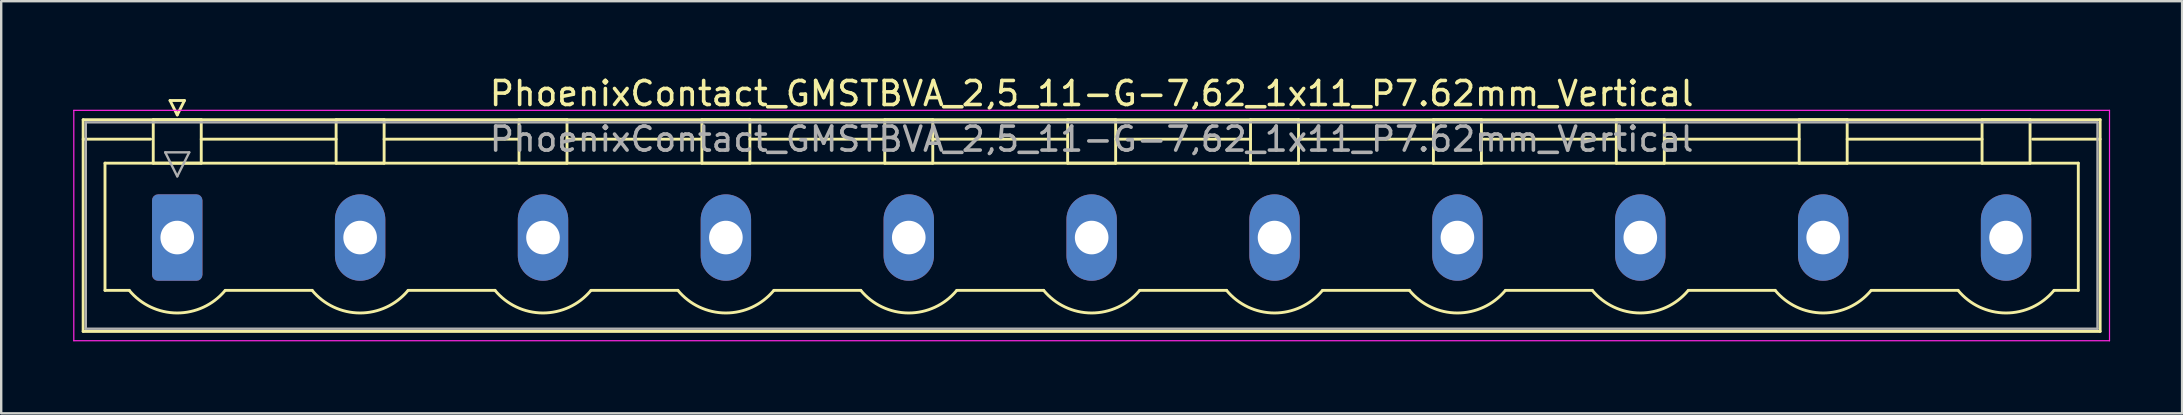
<source format=kicad_pcb>
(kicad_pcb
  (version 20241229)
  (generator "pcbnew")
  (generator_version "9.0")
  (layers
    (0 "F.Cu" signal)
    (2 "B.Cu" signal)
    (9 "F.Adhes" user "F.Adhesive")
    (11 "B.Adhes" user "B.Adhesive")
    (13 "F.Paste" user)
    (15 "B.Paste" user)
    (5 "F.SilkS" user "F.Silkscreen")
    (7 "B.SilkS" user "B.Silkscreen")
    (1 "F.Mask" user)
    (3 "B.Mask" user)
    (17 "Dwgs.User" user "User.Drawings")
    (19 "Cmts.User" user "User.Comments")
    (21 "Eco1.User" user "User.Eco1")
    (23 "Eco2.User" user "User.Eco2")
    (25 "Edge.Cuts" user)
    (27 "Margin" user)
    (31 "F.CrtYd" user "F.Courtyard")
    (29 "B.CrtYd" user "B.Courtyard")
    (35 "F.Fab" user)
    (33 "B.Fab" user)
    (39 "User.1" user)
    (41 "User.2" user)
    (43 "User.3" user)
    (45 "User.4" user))
  (footprint "PhoenixContact_GMSTBVA_2,5_11-G-7,62_1x11_P7.62mm_Vertical"
    (layer "F.Cu")
    (at 4.335 6.848)
    (property "Reference" "PhoenixContact_GMSTBVA_2,5_11-G-7,62_1x11_P7.62mm_Vertical" (at 38.1 -6 0) (layer "F.SilkS") (effects (font (size 1 1) (thickness 0.15))))
    (attr through_hole)
    (fp_line (start -3.92 -4.91) (end -3.92 3.91) (stroke (width 0.12) (type solid)) (layer "F.SilkS"))
    (fp_line (start -3.92 -4.1) (end -1.11 -4.1) (stroke (width 0.12) (type solid)) (layer "F.SilkS"))
    (fp_line (start -3.92 3.91) (end 80.12 3.91) (stroke (width 0.12) (type solid)) (layer "F.SilkS"))
    (fp_line (start -3.01 -3.1) (end 79.21 -3.1) (stroke (width 0.12) (type solid)) (layer "F.SilkS"))
    (fp_line (start -3.01 2.2) (end -3.01 -3.1) (stroke (width 0.12) (type solid)) (layer "F.SilkS"))
    (fp_line (start -2 2.2) (end -3.01 2.2) (stroke (width 0.12) (type solid)) (layer "F.SilkS"))
    (fp_line (start -1 -4.91) (end 1 -4.91) (stroke (width 0.12) (type solid)) (layer "F.SilkS"))
    (fp_line (start -1 -3.1) (end -1 -4.91) (stroke (width 0.12) (type solid)) (layer "F.SilkS"))
    (fp_line (start -0.3 -5.71) (end 0.3 -5.71) (stroke (width 0.12) (type solid)) (layer "F.SilkS"))
    (fp_line (start 0 -5.11) (end -0.3 -5.71) (stroke (width 0.12) (type solid)) (layer "F.SilkS"))
    (fp_line (start 0.3 -5.71) (end 0 -5.11) (stroke (width 0.12) (type solid)) (layer "F.SilkS"))
    (fp_line (start 1 -4.91) (end 1 -3.1) (stroke (width 0.12) (type solid)) (layer "F.SilkS"))
    (fp_line (start 1 -4.1) (end 6.62 -4.1) (stroke (width 0.12) (type solid)) (layer "F.SilkS"))
    (fp_line (start 1 -3.1) (end -1 -3.1) (stroke (width 0.12) (type solid)) (layer "F.SilkS"))
    (fp_line (start 2 2.2) (end 5.62 2.2) (stroke (width 0.12) (type solid)) (layer "F.SilkS"))
    (fp_line (start 6.62 -4.91) (end 8.62 -4.91) (stroke (width 0.12) (type solid)) (layer "F.SilkS"))
    (fp_line (start 6.62 -3.1) (end 6.62 -4.91) (stroke (width 0.12) (type solid)) (layer "F.SilkS"))
    (fp_line (start 8.62 -4.91) (end 8.62 -3.1) (stroke (width 0.12) (type solid)) (layer "F.SilkS"))
    (fp_line (start 8.62 -4.1) (end 14.24 -4.1) (stroke (width 0.12) (type solid)) (layer "F.SilkS"))
    (fp_line (start 8.62 -3.1) (end 6.62 -3.1) (stroke (width 0.12) (type solid)) (layer "F.SilkS"))
    (fp_line (start 9.62 2.2) (end 13.24 2.2) (stroke (width 0.12) (type solid)) (layer "F.SilkS"))
    (fp_line (start 14.24 -4.91) (end 16.24 -4.91) (stroke (width 0.12) (type solid)) (layer "F.SilkS"))
    (fp_line (start 14.24 -3.1) (end 14.24 -4.91) (stroke (width 0.12) (type solid)) (layer "F.SilkS"))
    (fp_line (start 16.24 -4.91) (end 16.24 -3.1) (stroke (width 0.12) (type solid)) (layer "F.SilkS"))
    (fp_line (start 16.24 -4.1) (end 21.86 -4.1) (stroke (width 0.12) (type solid)) (layer "F.SilkS"))
    (fp_line (start 16.24 -3.1) (end 14.24 -3.1) (stroke (width 0.12) (type solid)) (layer "F.SilkS"))
    (fp_line (start 17.24 2.2) (end 20.86 2.2) (stroke (width 0.12) (type solid)) (layer "F.SilkS"))
    (fp_line (start 21.86 -4.91) (end 23.86 -4.91) (stroke (width 0.12) (type solid)) (layer "F.SilkS"))
    (fp_line (start 21.86 -3.1) (end 21.86 -4.91) (stroke (width 0.12) (type solid)) (layer "F.SilkS"))
    (fp_line (start 23.86 -4.91) (end 23.86 -3.1) (stroke (width 0.12) (type solid)) (layer "F.SilkS"))
    (fp_line (start 23.86 -4.1) (end 29.48 -4.1) (stroke (width 0.12) (type solid)) (layer "F.SilkS"))
    (fp_line (start 23.86 -3.1) (end 21.86 -3.1) (stroke (width 0.12) (type solid)) (layer "F.SilkS"))
    (fp_line (start 24.86 2.2) (end 28.48 2.2) (stroke (width 0.12) (type solid)) (layer "F.SilkS"))
    (fp_line (start 29.48 -4.91) (end 31.48 -4.91) (stroke (width 0.12) (type solid)) (layer "F.SilkS"))
    (fp_line (start 29.48 -3.1) (end 29.48 -4.91) (stroke (width 0.12) (type solid)) (layer "F.SilkS"))
    (fp_line (start 31.48 -4.91) (end 31.48 -3.1) (stroke (width 0.12) (type solid)) (layer "F.SilkS"))
    (fp_line (start 31.48 -4.1) (end 37.1 -4.1) (stroke (width 0.12) (type solid)) (layer "F.SilkS"))
    (fp_line (start 31.48 -3.1) (end 29.48 -3.1) (stroke (width 0.12) (type solid)) (layer "F.SilkS"))
    (fp_line (start 32.48 2.2) (end 36.1 2.2) (stroke (width 0.12) (type solid)) (layer "F.SilkS"))
    (fp_line (start 37.1 -4.91) (end 39.1 -4.91) (stroke (width 0.12) (type solid)) (layer "F.SilkS"))
    (fp_line (start 37.1 -3.1) (end 37.1 -4.91) (stroke (width 0.12) (type solid)) (layer "F.SilkS"))
    (fp_line (start 39.1 -4.91) (end 39.1 -3.1) (stroke (width 0.12) (type solid)) (layer "F.SilkS"))
    (fp_line (start 39.1 -4.1) (end 44.72 -4.1) (stroke (width 0.12) (type solid)) (layer "F.SilkS"))
    (fp_line (start 39.1 -3.1) (end 37.1 -3.1) (stroke (width 0.12) (type solid)) (layer "F.SilkS"))
    (fp_line (start 40.1 2.2) (end 43.72 2.2) (stroke (width 0.12) (type solid)) (layer "F.SilkS"))
    (fp_line (start 44.72 -4.91) (end 46.72 -4.91) (stroke (width 0.12) (type solid)) (layer "F.SilkS"))
    (fp_line (start 44.72 -3.1) (end 44.72 -4.91) (stroke (width 0.12) (type solid)) (layer "F.SilkS"))
    (fp_line (start 46.72 -4.91) (end 46.72 -3.1) (stroke (width 0.12) (type solid)) (layer "F.SilkS"))
    (fp_line (start 46.72 -4.1) (end 52.34 -4.1) (stroke (width 0.12) (type solid)) (layer "F.SilkS"))
    (fp_line (start 46.72 -3.1) (end 44.72 -3.1) (stroke (width 0.12) (type solid)) (layer "F.SilkS"))
    (fp_line (start 47.72 2.2) (end 51.34 2.2) (stroke (width 0.12) (type solid)) (layer "F.SilkS"))
    (fp_line (start 52.34 -4.91) (end 54.34 -4.91) (stroke (width 0.12) (type solid)) (layer "F.SilkS"))
    (fp_line (start 52.34 -3.1) (end 52.34 -4.91) (stroke (width 0.12) (type solid)) (layer "F.SilkS"))
    (fp_line (start 54.34 -4.91) (end 54.34 -3.1) (stroke (width 0.12) (type solid)) (layer "F.SilkS"))
    (fp_line (start 54.34 -4.1) (end 59.96 -4.1) (stroke (width 0.12) (type solid)) (layer "F.SilkS"))
    (fp_line (start 54.34 -3.1) (end 52.34 -3.1) (stroke (width 0.12) (type solid)) (layer "F.SilkS"))
    (fp_line (start 55.34 2.2) (end 58.96 2.2) (stroke (width 0.12) (type solid)) (layer "F.SilkS"))
    (fp_line (start 59.96 -4.91) (end 61.96 -4.91) (stroke (width 0.12) (type solid)) (layer "F.SilkS"))
    (fp_line (start 59.96 -3.1) (end 59.96 -4.91) (stroke (width 0.12) (type solid)) (layer "F.SilkS"))
    (fp_line (start 61.96 -4.91) (end 61.96 -3.1) (stroke (width 0.12) (type solid)) (layer "F.SilkS"))
    (fp_line (start 61.96 -4.1) (end 67.58 -4.1) (stroke (width 0.12) (type solid)) (layer "F.SilkS"))
    (fp_line (start 61.96 -3.1) (end 59.96 -3.1) (stroke (width 0.12) (type solid)) (layer "F.SilkS"))
    (fp_line (start 62.96 2.2) (end 66.58 2.2) (stroke (width 0.12) (type solid)) (layer "F.SilkS"))
    (fp_line (start 67.58 -4.91) (end 69.58 -4.91) (stroke (width 0.12) (type solid)) (layer "F.SilkS"))
    (fp_line (start 67.58 -3.1) (end 67.58 -4.91) (stroke (width 0.12) (type solid)) (layer "F.SilkS"))
    (fp_line (start 69.58 -4.91) (end 69.58 -3.1) (stroke (width 0.12) (type solid)) (layer "F.SilkS"))
    (fp_line (start 69.58 -4.1) (end 75.2 -4.1) (stroke (width 0.12) (type solid)) (layer "F.SilkS"))
    (fp_line (start 69.58 -3.1) (end 67.58 -3.1) (stroke (width 0.12) (type solid)) (layer "F.SilkS"))
    (fp_line (start 70.58 2.2) (end 74.2 2.2) (stroke (width 0.12) (type solid)) (layer "F.SilkS"))
    (fp_line (start 75.2 -4.91) (end 77.2 -4.91) (stroke (width 0.12) (type solid)) (layer "F.SilkS"))
    (fp_line (start 75.2 -3.1) (end 75.2 -4.91) (stroke (width 0.12) (type solid)) (layer "F.SilkS"))
    (fp_line (start 77.2 -4.91) (end 77.2 -3.1) (stroke (width 0.12) (type solid)) (layer "F.SilkS"))
    (fp_line (start 77.2 -3.1) (end 75.2 -3.1) (stroke (width 0.12) (type solid)) (layer "F.SilkS"))
    (fp_line (start 79.21 -3.1) (end 79.21 2.2) (stroke (width 0.12) (type solid)) (layer "F.SilkS"))
    (fp_line (start 79.21 2.2) (end 78.2 2.2) (stroke (width 0.12) (type solid)) (layer "F.SilkS"))
    (fp_line (start 80.12 -4.91) (end -3.92 -4.91) (stroke (width 0.12) (type solid)) (layer "F.SilkS"))
    (fp_line (start 80.12 -4.1) (end 77.31 -4.1) (stroke (width 0.12) (type solid)) (layer "F.SilkS"))
    (fp_line (start 80.12 3.91) (end 80.12 -4.91) (stroke (width 0.12) (type solid)) (layer "F.SilkS"))
    (fp_arc (start 1.986842 2.215821) (mid -0.010289 3.142758) (end -2 2.2) (stroke (width 0.12) (type solid)) (layer "F.SilkS"))
    (fp_arc (start 9.606842 2.215821) (mid 7.609711 3.142758) (end 5.62 2.2) (stroke (width 0.12) (type solid)) (layer "F.SilkS"))
    (fp_arc (start 17.226842 2.215821) (mid 15.229711 3.142758) (end 13.24 2.2) (stroke (width 0.12) (type solid)) (layer "F.SilkS"))
    (fp_arc (start 24.846842 2.215821) (mid 22.849711 3.142758) (end 20.86 2.2) (stroke (width 0.12) (type solid)) (layer "F.SilkS"))
    (fp_arc (start 32.466842 2.215821) (mid 30.469711 3.142758) (end 28.48 2.2) (stroke (width 0.12) (type solid)) (layer "F.SilkS"))
    (fp_arc (start 40.086842 2.215821) (mid 38.089711 3.142758) (end 36.1 2.2) (stroke (width 0.12) (type solid)) (layer "F.SilkS"))
    (fp_arc (start 47.706842 2.215821) (mid 45.709711 3.142758) (end 43.72 2.2) (stroke (width 0.12) (type solid)) (layer "F.SilkS"))
    (fp_arc (start 55.326842 2.215821) (mid 53.329711 3.142758) (end 51.34 2.2) (stroke (width 0.12) (type solid)) (layer "F.SilkS"))
    (fp_arc (start 62.946842 2.215821) (mid 60.949711 3.142758) (end 58.96 2.2) (stroke (width 0.12) (type solid)) (layer "F.SilkS"))
    (fp_arc (start 70.566842 2.215821) (mid 68.569711 3.142758) (end 66.58 2.2) (stroke (width 0.12) (type solid)) (layer "F.SilkS"))
    (fp_arc (start 78.186842 2.215821) (mid 76.189711 3.142758) (end 74.2 2.2) (stroke (width 0.12) (type solid)) (layer "F.SilkS"))
    (fp_line (start -4.31 -5.3) (end -4.31 4.3) (stroke (width 0.05) (type solid)) (layer "F.CrtYd"))
    (fp_line (start -4.31 4.3) (end 80.51 4.3) (stroke (width 0.05) (type solid)) (layer "F.CrtYd"))
    (fp_line (start 80.51 -5.3) (end -4.31 -5.3) (stroke (width 0.05) (type solid)) (layer "F.CrtYd"))
    (fp_line (start 80.51 4.3) (end 80.51 -5.3) (stroke (width 0.05) (type solid)) (layer "F.CrtYd"))
    (fp_line (start -3.81 -4.8) (end -3.81 3.8) (stroke (width 0.1) (type solid)) (layer "F.Fab"))
    (fp_line (start -3.81 3.8) (end 80.01 3.8) (stroke (width 0.1) (type solid)) (layer "F.Fab"))
    (fp_line (start -0.5 -3.55) (end 0.5 -3.55) (stroke (width 0.1) (type solid)) (layer "F.Fab"))
    (fp_line (start 0 -2.55) (end -0.5 -3.55) (stroke (width 0.1) (type solid)) (layer "F.Fab"))
    (fp_line (start 0.5 -3.55) (end 0 -2.55) (stroke (width 0.1) (type solid)) (layer "F.Fab"))
    (fp_line (start 80.01 -4.8) (end -3.81 -4.8) (stroke (width 0.1) (type solid)) (layer "F.Fab"))
    (fp_line (start 80.01 3.8) (end 80.01 -4.8) (stroke (width 0.1) (type solid)) (layer "F.Fab"))
    (fp_text user "${REFERENCE}" (at 38.1 -4.1 0) (layer "F.Fab") (effects (font (size 1 1) (thickness 0.15))))
    (pad "1" thru_hole roundrect (at 0 0) (size 2.1 3.6) (drill 1.4) (layers "*.Cu" "*.Mask") (roundrect_rratio 0.119))
    (pad "2" thru_hole oval (at 7.62 0) (size 2.1 3.6) (drill 1.4) (layers "*.Cu" "*.Mask"))
    (pad "3" thru_hole oval (at 15.24 0) (size 2.1 3.6) (drill 1.4) (layers "*.Cu" "*.Mask"))
    (pad "4" thru_hole oval (at 22.86 0) (size 2.1 3.6) (drill 1.4) (layers "*.Cu" "*.Mask"))
    (pad "5" thru_hole oval (at 30.48 0) (size 2.1 3.6) (drill 1.4) (layers "*.Cu" "*.Mask"))
    (pad "6" thru_hole oval (at 38.1 0) (size 2.1 3.6) (drill 1.4) (layers "*.Cu" "*.Mask"))
    (pad "7" thru_hole oval (at 45.72 0) (size 2.1 3.6) (drill 1.4) (layers "*.Cu" "*.Mask"))
    (pad "8" thru_hole oval (at 53.34 0) (size 2.1 3.6) (drill 1.4) (layers "*.Cu" "*.Mask"))
    (pad "9" thru_hole oval (at 60.96 0) (size 2.1 3.6) (drill 1.4) (layers "*.Cu" "*.Mask"))
    (pad "10" thru_hole oval (at 68.58 0) (size 2.1 3.6) (drill 1.4) (layers "*.Cu" "*.Mask"))
    (pad "11" thru_hole oval (at 76.2 0) (size 2.1 3.6) (drill 1.4) (layers "*.Cu" "*.Mask")))
  (gr_rect
    (start -3 -3)
    (end 87.87 14.173)
    (stroke (width 0.1) (type default))
    (fill no)
    (layer "Edge.Cuts")))
</source>
